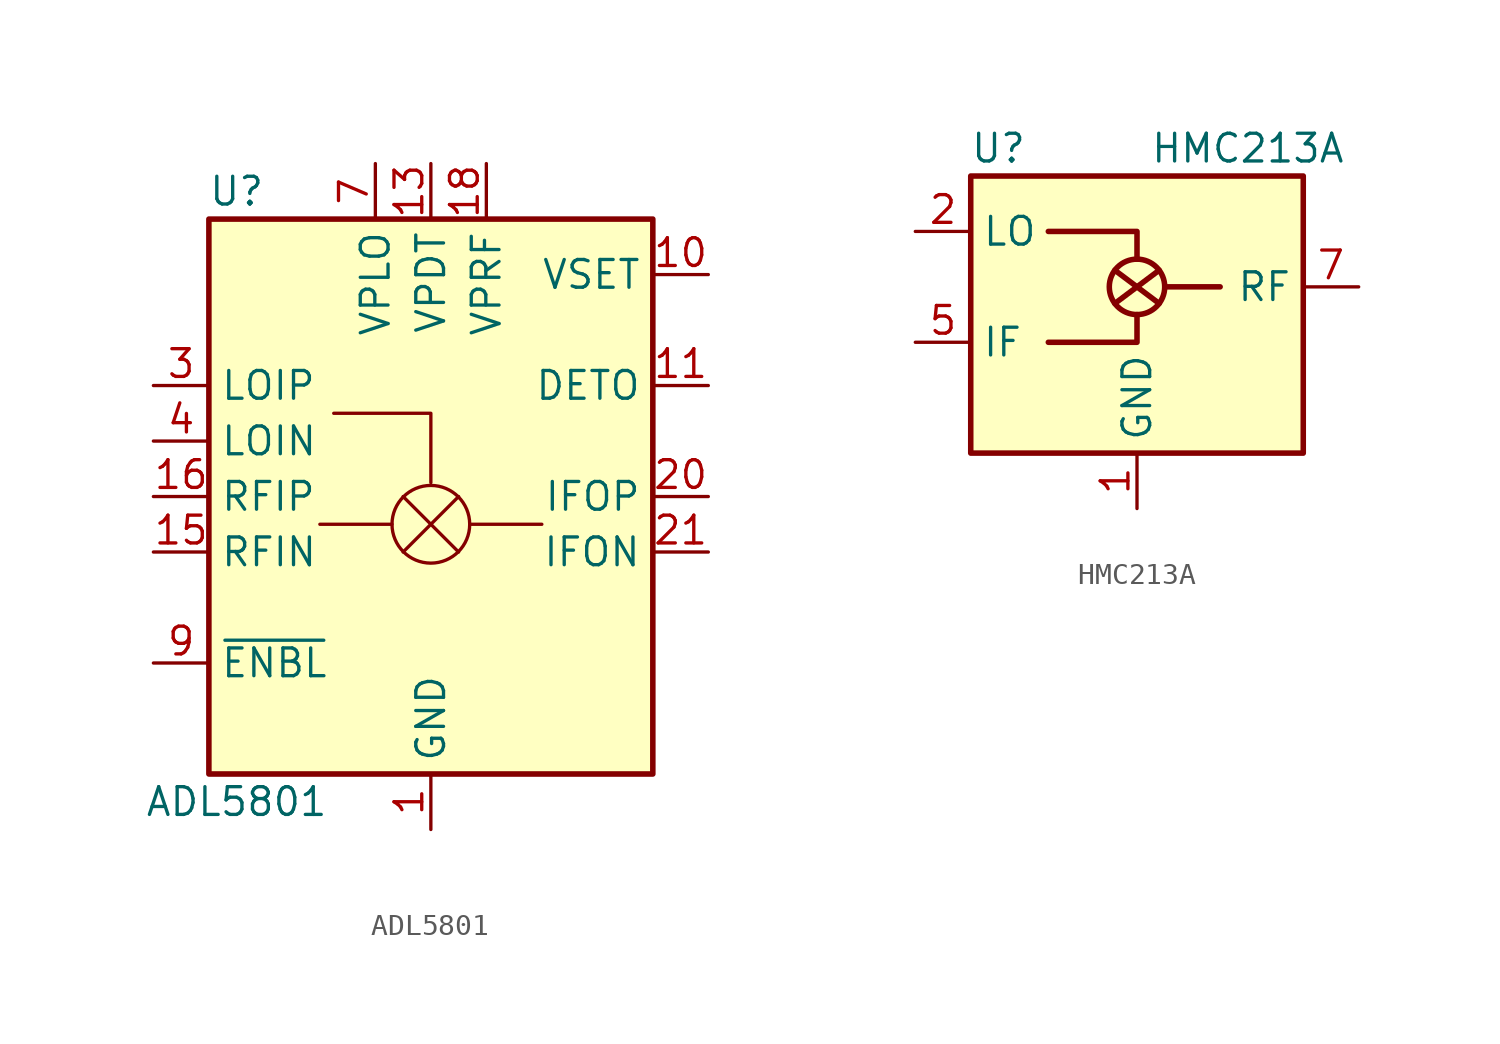
<source format=kicad_sym>
(kicad_symbol_lib
  (version 20200908)
  (generator kicad_symbol_editor)
  (symbol "RF_Mixer:ADL5801"
    (property "Reference" "U"
      (at -8.89 13.97 0)
      (effects (font (size 1.27 1.27))))
    (property "Value" "ADL5801"
      (at -8.89 -13.97 0)
      (effects (font (size 1.27 1.27))))
    (symbol "ADL5801_1_1"
      (circle (center 0 -1.27) (radius 1.778) (stroke (width 0)) (fill (type none)))
      (polyline (pts (xy -1.778 -1.27) (xy -5.08 -1.27)) (stroke (width 0)) (fill (type none)))
      (polyline (pts (xy -1.27 -2.54) (xy 1.27 0)) (stroke (width 0)) (fill (type none)))
      (polyline (pts (xy -1.27 0) (xy 1.27 -2.54)) (stroke (width 0)) (fill (type none)))
      (polyline (pts (xy 1.778 -1.27) (xy 5.08 -1.27)) (stroke (width 0)) (fill (type none)))
      (pin power_in line (at 0 -15.24 90) (length 2.54) (name "GND" (effects (font (size 1.27 1.27)))) (number "1" (effects (font (size 1.27 1.27)))))
      (pin input line (at 12.7 10.16 180) (length 2.54) (name "VSET" (effects (font (size 1.27 1.27)))) (number "10" (effects (font (size 1.27 1.27)))))
      (pin output line (at 12.7 5.08 180) (length 2.54) (name "DETO" (effects (font (size 1.27 1.27)))) (number "11" (effects (font (size 1.27 1.27)))))
      (pin passive line (at 0 -15.24 90) (length 2.54) hide (name "GND" (effects (font (size 1.27 1.27)))) (number "12" (effects (font (size 1.27 1.27)))))
      (pin power_in line (at 0 15.24 270) (length 2.54) (name "VPDT" (effects (font (size 1.27 1.27)))) (number "13" (effects (font (size 1.27 1.27)))))
      (pin passive line (at 0 -15.24 90) (length 2.54) hide (name "GND" (effects (font (size 1.27 1.27)))) (number "14" (effects (font (size 1.27 1.27)))))
      (pin input line (at -12.7 -2.54 0) (length 2.54) (name "RFIN" (effects (font (size 1.27 1.27)))) (number "15" (effects (font (size 1.27 1.27)))))
      (pin input line (at -12.7 0 0) (length 2.54) (name "RFIP" (effects (font (size 1.27 1.27)))) (number "16" (effects (font (size 1.27 1.27)))))
      (pin passive line (at 0 -15.24 90) (length 2.54) hide (name "GND" (effects (font (size 1.27 1.27)))) (number "17" (effects (font (size 1.27 1.27)))))
      (pin power_in line (at 2.54 15.24 270) (length 2.54) (name "VPRF" (effects (font (size 1.27 1.27)))) (number "18" (effects (font (size 1.27 1.27)))))
      (pin passive line (at 0 -15.24 90) (length 2.54) hide (name "GND" (effects (font (size 1.27 1.27)))) (number "19" (effects (font (size 1.27 1.27)))))
      (pin passive line (at 0 -15.24 90) (length 2.54) hide (name "GND" (effects (font (size 1.27 1.27)))) (number "2" (effects (font (size 1.27 1.27)))))
      (pin output line (at 12.7 0 180) (length 2.54) (name "IFOP" (effects (font (size 1.27 1.27)))) (number "20" (effects (font (size 1.27 1.27)))))
      (pin output line (at 12.7 -2.54 180) (length 2.54) (name "IFON" (effects (font (size 1.27 1.27)))) (number "21" (effects (font (size 1.27 1.27)))))
      (pin unconnected line (at 10.16 -7.62 180) (length 2.54) hide (name "NC" (effects (font (size 1.27 1.27)))) (number "22" (effects (font (size 1.27 1.27)))))
      (pin passive line (at 0 -15.24 90) (length 2.54) hide (name "GND" (effects (font (size 1.27 1.27)))) (number "23" (effects (font (size 1.27 1.27)))))
      (pin passive line (at -2.54 15.24 270) (length 2.54) hide (name "VPLO" (effects (font (size 1.27 1.27)))) (number "24" (effects (font (size 1.27 1.27)))))
      (pin passive line (at 0 -15.24 90) (length 2.54) hide (name "GND" (effects (font (size 1.27 1.27)))) (number "25" (effects (font (size 1.27 1.27)))))
      (pin input line (at -12.7 5.08 0) (length 2.54) (name "LOIP" (effects (font (size 1.27 1.27)))) (number "3" (effects (font (size 1.27 1.27)))))
      (pin input line (at -12.7 2.54 0) (length 2.54) (name "LOIN" (effects (font (size 1.27 1.27)))) (number "4" (effects (font (size 1.27 1.27)))))
      (pin passive line (at 0 -15.24 90) (length 2.54) hide (name "GND" (effects (font (size 1.27 1.27)))) (number "5" (effects (font (size 1.27 1.27)))))
      (pin passive line (at 0 -15.24 90) (length 2.54) hide (name "GND" (effects (font (size 1.27 1.27)))) (number "6" (effects (font (size 1.27 1.27)))))
      (pin power_in line (at -2.54 15.24 270) (length 2.54) (name "VPLO" (effects (font (size 1.27 1.27)))) (number "7" (effects (font (size 1.27 1.27)))))
      (pin passive line (at 0 -15.24 90) (length 2.54) hide (name "GND" (effects (font (size 1.27 1.27)))) (number "8" (effects (font (size 1.27 1.27)))))
      (pin input line (at -12.7 -7.62 0) (length 2.54) (name "~ENBL" (effects (font (size 1.27 1.27)))) (number "9" (effects (font (size 1.27 1.27))))))
    (symbol "ADL5801_0_1"
      (rectangle (start -10.16 12.7) (end 10.16 -12.7) (stroke (width 0.254)) (fill (type background)))
      (polyline (pts (xy -4.445 3.81) (xy 0 3.81) (xy 0 0.635)) (stroke (width 0)) (fill (type none)))))
  (symbol "RF_Mixer:HMC213A"
    (property "Reference" "U"
      (at -6.35 8.89 0)
      (effects (font (size 1.27 1.27))))
    (property "Value" "HMC213A"
      (at 5.08 8.89 0)
      (effects (font (size 1.27 1.27))))
    (symbol "HMC213A_0_1"
      (circle (center 0 2.54) (radius 1.27) (stroke (width 0.254)) (fill (type none)))
      (rectangle (start -7.62 7.62) (end 7.62 -5.08) (stroke (width 0.254)) (fill (type background)))
      (polyline (pts (xy -1.016 1.778) (xy 1.016 3.302)) (stroke (width 0.254)) (fill (type none)))
      (polyline (pts (xy -1.016 3.302) (xy 1.016 1.778)) (stroke (width 0.254)) (fill (type none)))
      (polyline (pts (xy 1.27 2.54) (xy 3.81 2.54)) (stroke (width 0.254)) (fill (type none)))
      (polyline (pts (xy 0 1.27) (xy 0 0) (xy -4.064 0)) (stroke (width 0.254)) (fill (type none)))
      (polyline (pts (xy 0 3.81) (xy 0 5.08) (xy -4.064 5.08)) (stroke (width 0.254)) (fill (type none))))
    (symbol "HMC213A_1_1"
      (pin power_in line (at 0 -7.62 90) (length 2.54) (name "GND" (effects (font (size 1.27 1.27)))) (number "1" (effects (font (size 1.27 1.27)))))
      (pin passive line (at -10.16 5.08 0) (length 2.54) (name "LO" (effects (font (size 1.27 1.27)))) (number "2" (effects (font (size 1.27 1.27)))))
      (pin passive line (at 0 -7.62 90) (length 2.54) hide (name "GND" (effects (font (size 1.27 1.27)))) (number "3" (effects (font (size 1.27 1.27)))))
      (pin unconnected line (at 5.08 -5.08 90) (length 2.54) hide (name "NC" (effects (font (size 1.27 1.27)))) (number "4" (effects (font (size 1.27 1.27)))))
      (pin passive line (at -10.16 0 0) (length 2.54) (name "IF" (effects (font (size 1.27 1.27)))) (number "5" (effects (font (size 1.27 1.27)))))
      (pin passive line (at 0 -7.62 90) (length 2.54) hide (name "GND" (effects (font (size 1.27 1.27)))) (number "6" (effects (font (size 1.27 1.27)))))
      (pin passive line (at 10.16 2.54 180) (length 2.54) (name "RF" (effects (font (size 1.27 1.27)))) (number "7" (effects (font (size 1.27 1.27)))))
      (pin passive line (at 0 -7.62 90) (length 2.54) hide (name "GND" (effects (font (size 1.27 1.27)))) (number "8" (effects (font (size 1.27 1.27))))))))
</source>
